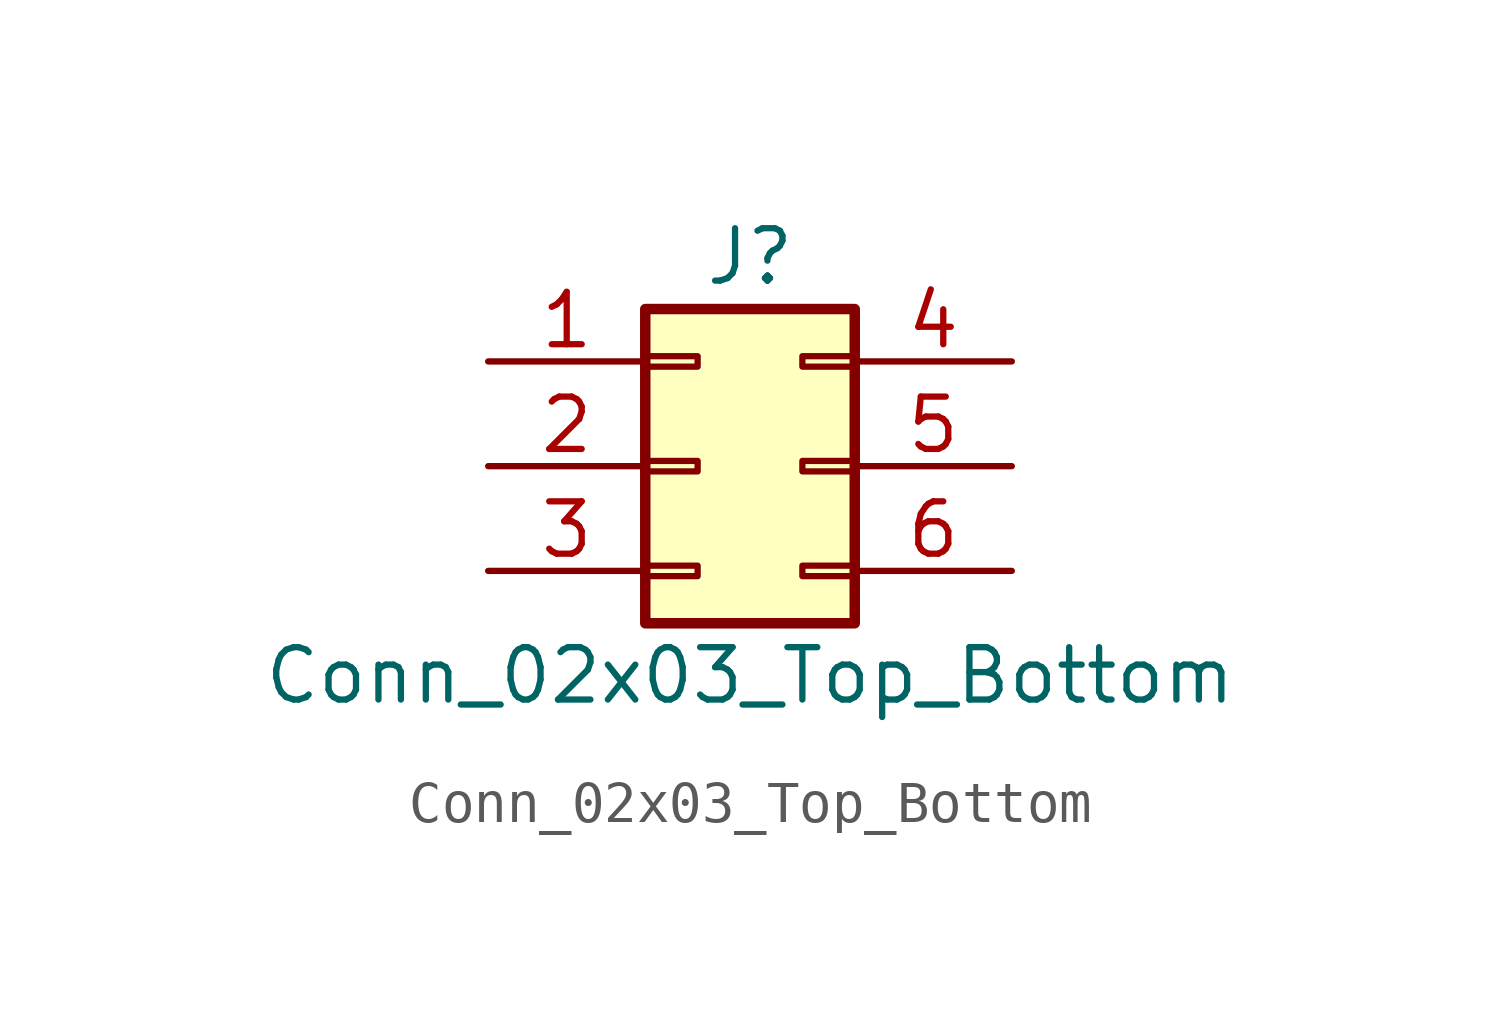
<source format=kicad_sym>
(kicad_symbol_lib
  (version 20241209)
  (generator "kicad_symbol_editor")
  (generator_version "9.0")
  (symbol "Conn_02x03_Top_Bottom"
    (pin_names
      (offset 1.016)
      (hide yes))
    (property "Reference" "J"
      (at 1.27 5.08 0)
      (effects (font (size 1.27 1.27))))
    (property "Value" "Conn_02x03_Top_Bottom"
      (at 1.27 -5.08 0)
      (effects (font (size 1.27 1.27))))
    (symbol "Conn_02x03_Top_Bottom_1_1"
      (rectangle (start -1.27 3.81) (end 3.81 -3.81) (stroke (width 0.254) (type default)) (fill (type background)))
      (rectangle (start -1.27 2.667) (end 0 2.413) (stroke (width 0.152) (type default)) (fill (type none)))
      (rectangle (start -1.27 0.127) (end 0 -0.127) (stroke (width 0.152) (type default)) (fill (type none)))
      (rectangle (start -1.27 -2.413) (end 0 -2.667) (stroke (width 0.152) (type default)) (fill (type none)))
      (rectangle (start 3.81 2.667) (end 2.54 2.413) (stroke (width 0.152) (type default)) (fill (type none)))
      (rectangle (start 3.81 0.127) (end 2.54 -0.127) (stroke (width 0.152) (type default)) (fill (type none)))
      (rectangle (start 3.81 -2.413) (end 2.54 -2.667) (stroke (width 0.152) (type default)) (fill (type none)))
      (pin passive line (at -5.08 2.54 0) (length 3.81) (name "SCK" (effects (font (size 1.27 1.27)))) (number "1" (effects (font (size 1.27 1.27)))))
      (pin passive line (at -5.08 0 0) (length 3.81) (name "VCC" (effects (font (size 1.27 1.27)))) (number "2" (effects (font (size 1.27 1.27)))))
      (pin passive line (at -5.08 -2.54 0) (length 3.81) (name "SCL" (effects (font (size 1.27 1.27)))) (number "3" (effects (font (size 1.27 1.27)))))
      (pin passive line (at 7.62 2.54 180) (length 3.81) (name "Pin_4" (effects (font (size 1.27 1.27)))) (number "4" (effects (font (size 1.27 1.27)))))
      (pin passive line (at 7.62 0 180) (length 3.81) (name "SDA" (effects (font (size 1.27 1.27)))) (number "5" (effects (font (size 1.27 1.27)))))
      (pin passive line (at 7.62 -2.54 180) (length 3.81) (name "GND" (effects (font (size 1.27 1.27)))) (number "6" (effects (font (size 1.27 1.27))))))))
</source>
